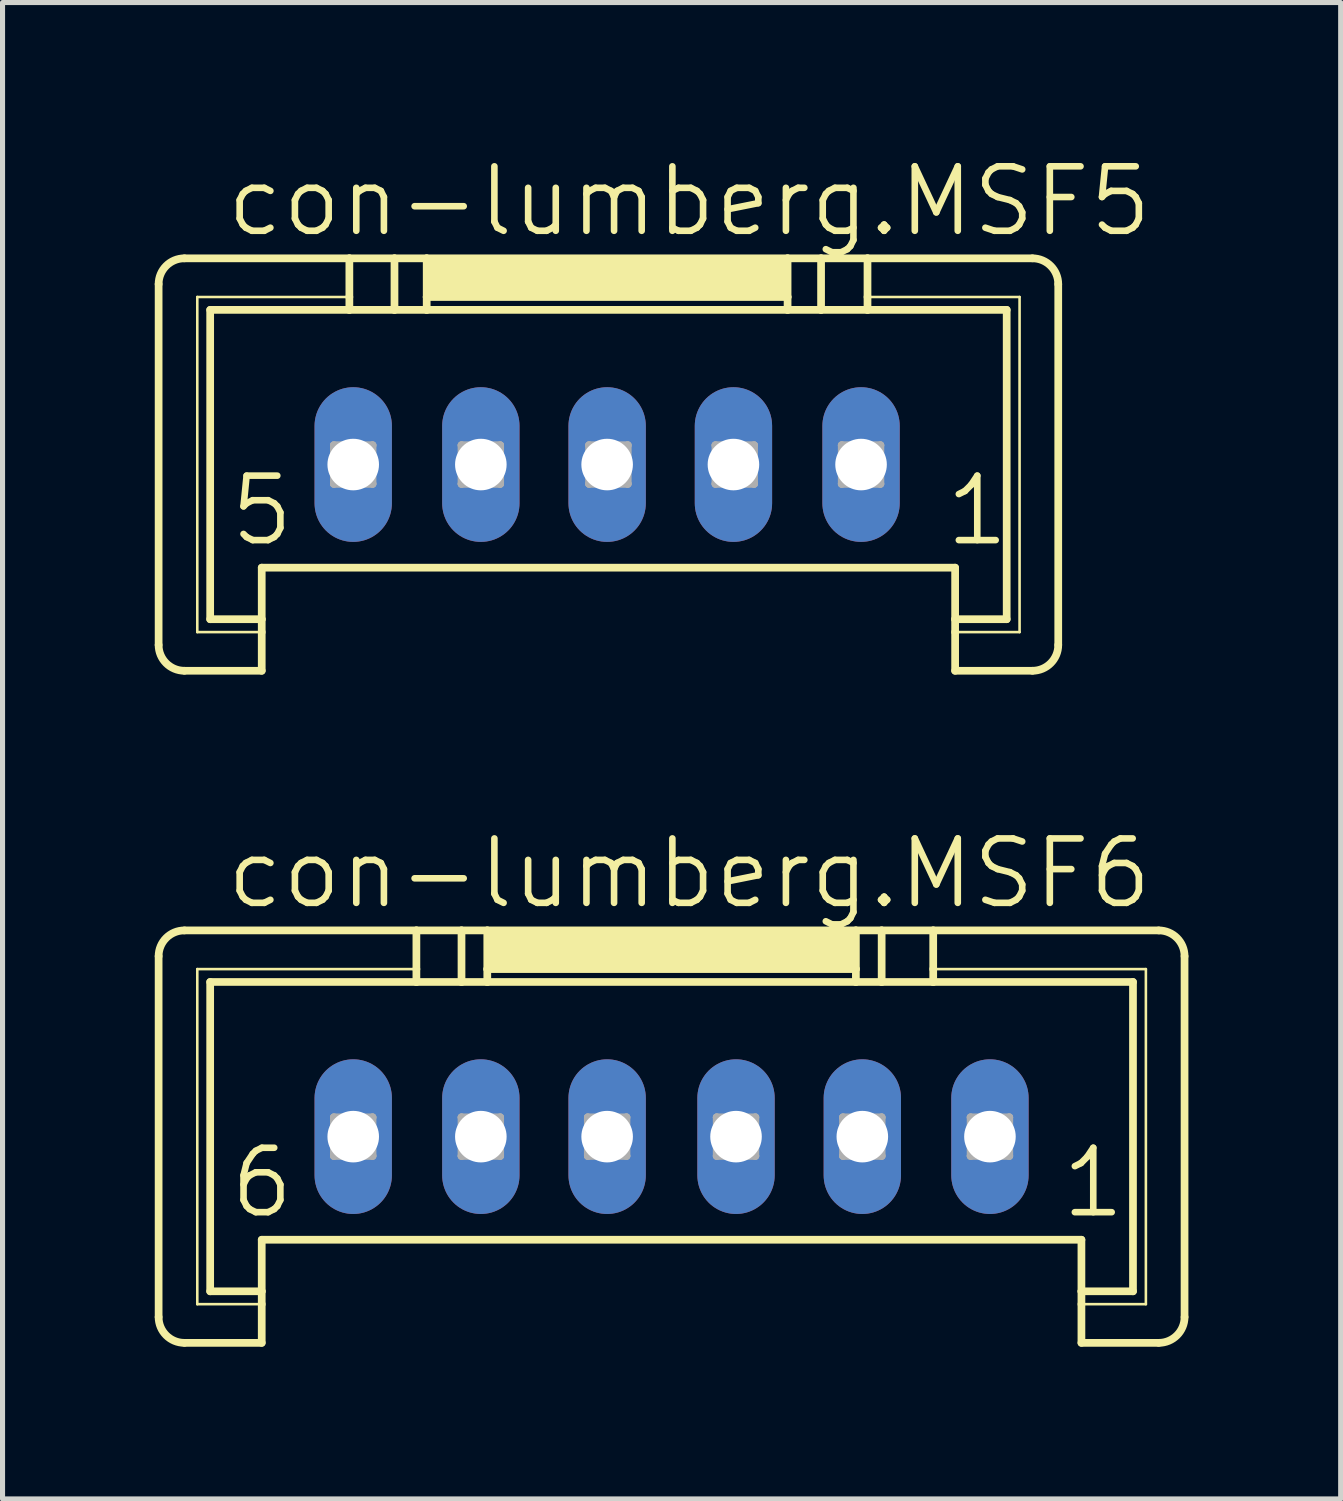
<source format=kicad_pcb>
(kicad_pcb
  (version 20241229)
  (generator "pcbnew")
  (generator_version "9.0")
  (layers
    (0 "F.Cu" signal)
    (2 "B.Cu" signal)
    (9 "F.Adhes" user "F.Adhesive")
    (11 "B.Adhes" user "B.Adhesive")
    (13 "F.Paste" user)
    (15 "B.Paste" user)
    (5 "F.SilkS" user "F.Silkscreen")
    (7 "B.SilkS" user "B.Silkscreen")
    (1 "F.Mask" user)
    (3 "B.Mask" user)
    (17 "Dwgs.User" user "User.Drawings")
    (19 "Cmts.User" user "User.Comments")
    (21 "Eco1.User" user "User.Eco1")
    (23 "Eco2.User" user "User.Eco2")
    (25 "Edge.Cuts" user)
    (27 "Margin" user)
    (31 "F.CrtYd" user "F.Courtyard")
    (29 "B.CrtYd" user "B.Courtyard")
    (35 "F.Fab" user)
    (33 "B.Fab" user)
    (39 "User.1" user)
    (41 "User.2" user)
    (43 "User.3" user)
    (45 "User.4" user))
  (footprint "con-lumberg.MSF6"
    (layer "F.Cu")
    (at 10.185 16.81)
    (property "Reference" "con-lumberg.MSF6" (at -8.839 -1.905 0) (layer "F.SilkS") (effects (font (size 1.27 1.27) (thickness 0.13)) (justify left bottom)))
    (attr through_hole)
    (fp_line (start -10.109 6.096) (end -10.109 -1.016) (stroke (width 0.152) (type default)) (layer "F.SilkS"))
    (fp_line (start -9.601 -1.524) (end -5.029 -1.524) (stroke (width 0.152) (type default)) (layer "F.SilkS"))
    (fp_line (start -9.347 -0.762) (end -5.029 -0.762) (stroke (width 0.051) (type default)) (layer "F.SilkS"))
    (fp_line (start -9.347 5.842) (end -9.347 -0.762) (stroke (width 0.051) (type default)) (layer "F.SilkS"))
    (fp_line (start -9.093 -0.508) (end -5.029 -0.508) (stroke (width 0.152) (type default)) (layer "F.SilkS"))
    (fp_line (start -9.093 5.588) (end -9.093 -0.508) (stroke (width 0.152) (type default)) (layer "F.SilkS"))
    (fp_line (start -8.077 5.588) (end -9.093 5.588) (stroke (width 0.152) (type default)) (layer "F.SilkS"))
    (fp_line (start -8.077 5.588) (end -8.077 4.572) (stroke (width 0.152) (type default)) (layer "F.SilkS"))
    (fp_line (start -8.077 5.588) (end -8.077 5.842) (stroke (width 0.152) (type default)) (layer "F.SilkS"))
    (fp_line (start -8.077 5.842) (end -9.347 5.842) (stroke (width 0.051) (type default)) (layer "F.SilkS"))
    (fp_line (start -8.077 5.842) (end -8.077 6.604) (stroke (width 0.152) (type default)) (layer "F.SilkS"))
    (fp_line (start -8.077 6.604) (end -9.601 6.604) (stroke (width 0.152) (type default)) (layer "F.SilkS"))
    (fp_line (start -5.029 -1.524) (end -5.029 -0.762) (stroke (width 0.152) (type default)) (layer "F.SilkS"))
    (fp_line (start -5.029 -1.524) (end -4.14 -1.524) (stroke (width 0.152) (type default)) (layer "F.SilkS"))
    (fp_line (start -5.029 -0.762) (end -5.029 -0.508) (stroke (width 0.152) (type default)) (layer "F.SilkS"))
    (fp_line (start -5.029 -0.508) (end -4.14 -0.508) (stroke (width 0.152) (type default)) (layer "F.SilkS"))
    (fp_line (start -4.14 -1.524) (end -4.14 -0.508) (stroke (width 0.152) (type default)) (layer "F.SilkS"))
    (fp_line (start -4.14 -1.524) (end -3.632 -1.524) (stroke (width 0.152) (type default)) (layer "F.SilkS"))
    (fp_line (start -4.14 -0.508) (end -3.632 -0.508) (stroke (width 0.152) (type default)) (layer "F.SilkS"))
    (fp_line (start -3.632 -1.524) (end -3.632 -0.762) (stroke (width 0.152) (type default)) (layer "F.SilkS"))
    (fp_line (start -3.632 -1.524) (end 3.632 -1.524) (stroke (width 0.152) (type default)) (layer "F.SilkS"))
    (fp_line (start -3.632 -0.762) (end -3.632 -0.508) (stroke (width 0.152) (type default)) (layer "F.SilkS"))
    (fp_line (start -3.632 -0.762) (end 3.632 -0.762) (stroke (width 0.152) (type default)) (layer "F.SilkS"))
    (fp_line (start -3.632 -0.508) (end 3.632 -0.508) (stroke (width 0.152) (type default)) (layer "F.SilkS"))
    (fp_line (start 3.632 -1.524) (end 3.632 -0.762) (stroke (width 0.152) (type default)) (layer "F.SilkS"))
    (fp_line (start 3.632 -1.524) (end 4.14 -1.524) (stroke (width 0.152) (type default)) (layer "F.SilkS"))
    (fp_line (start 3.632 -0.762) (end 3.632 -0.508) (stroke (width 0.152) (type default)) (layer "F.SilkS"))
    (fp_line (start 3.632 -0.508) (end 4.14 -0.508) (stroke (width 0.152) (type default)) (layer "F.SilkS"))
    (fp_line (start 4.14 -1.524) (end 4.14 -0.508) (stroke (width 0.152) (type default)) (layer "F.SilkS"))
    (fp_line (start 4.14 -1.524) (end 5.156 -1.524) (stroke (width 0.152) (type default)) (layer "F.SilkS"))
    (fp_line (start 4.14 -0.508) (end 5.156 -0.508) (stroke (width 0.152) (type default)) (layer "F.SilkS"))
    (fp_line (start 5.156 -1.524) (end 5.156 -0.762) (stroke (width 0.152) (type default)) (layer "F.SilkS"))
    (fp_line (start 5.156 -1.524) (end 9.601 -1.524) (stroke (width 0.152) (type default)) (layer "F.SilkS"))
    (fp_line (start 5.156 -0.762) (end 5.156 -0.508) (stroke (width 0.152) (type default)) (layer "F.SilkS"))
    (fp_line (start 5.156 -0.762) (end 9.347 -0.762) (stroke (width 0.051) (type default)) (layer "F.SilkS"))
    (fp_line (start 5.156 -0.508) (end 9.093 -0.508) (stroke (width 0.152) (type default)) (layer "F.SilkS"))
    (fp_line (start 8.077 4.572) (end -8.077 4.572) (stroke (width 0.152) (type default)) (layer "F.SilkS"))
    (fp_line (start 8.077 5.588) (end 8.077 4.572) (stroke (width 0.152) (type default)) (layer "F.SilkS"))
    (fp_line (start 8.077 5.842) (end 8.077 5.588) (stroke (width 0.152) (type default)) (layer "F.SilkS"))
    (fp_line (start 8.077 6.604) (end 8.077 5.842) (stroke (width 0.152) (type default)) (layer "F.SilkS"))
    (fp_line (start 9.093 -0.508) (end 9.093 5.588) (stroke (width 0.152) (type default)) (layer "F.SilkS"))
    (fp_line (start 9.093 5.588) (end 8.077 5.588) (stroke (width 0.152) (type default)) (layer "F.SilkS"))
    (fp_line (start 9.347 -0.762) (end 9.347 5.842) (stroke (width 0.051) (type default)) (layer "F.SilkS"))
    (fp_line (start 9.347 5.842) (end 8.077 5.842) (stroke (width 0.051) (type default)) (layer "F.SilkS"))
    (fp_line (start 9.601 6.604) (end 8.077 6.604) (stroke (width 0.152) (type default)) (layer "F.SilkS"))
    (fp_line (start 10.109 -1.016) (end 10.109 6.096) (stroke (width 0.152) (type default)) (layer "F.SilkS"))
    (fp_rect (start -3.556 -0.762) (end 3.556 -1.524) (stroke (width 0.05) (type default)) (fill yes) (layer "F.SilkS"))
    (fp_arc (start -10.1092 -1.016) (mid -9.96041 -1.37521) (end -9.6012 -1.524) (stroke (width 0.1524) (type default)) (layer "F.SilkS"))
    (fp_arc (start -9.6012 6.604) (mid -9.96041 6.45521) (end -10.1092 6.096) (stroke (width 0.1524) (type default)) (layer "F.SilkS"))
    (fp_arc (start 9.6012 -1.524) (mid 9.96041 -1.37521) (end 10.1092 -1.016) (stroke (width 0.1524) (type default)) (layer "F.SilkS"))
    (fp_arc (start 10.1092 6.096) (mid 9.96041 6.45521) (end 9.6012 6.604) (stroke (width 0.1524) (type default)) (layer "F.SilkS"))
    (fp_line (start -6.655 2.159) (end -6.655 2.921) (stroke (width 0.152) (type default)) (layer "F.Fab"))
    (fp_line (start -6.655 2.159) (end -5.893 2.921) (stroke (width 0.152) (type default)) (layer "F.Fab"))
    (fp_line (start -6.655 2.921) (end -5.893 2.921) (stroke (width 0.152) (type default)) (layer "F.Fab"))
    (fp_line (start -5.893 2.159) (end -6.655 2.159) (stroke (width 0.152) (type default)) (layer "F.Fab"))
    (fp_line (start -5.893 2.159) (end -6.655 2.921) (stroke (width 0.152) (type default)) (layer "F.Fab"))
    (fp_line (start -5.893 2.921) (end -5.893 2.159) (stroke (width 0.152) (type default)) (layer "F.Fab"))
    (fp_line (start -4.14 2.159) (end -4.14 2.921) (stroke (width 0.152) (type default)) (layer "F.Fab"))
    (fp_line (start -4.14 2.159) (end -3.378 2.921) (stroke (width 0.152) (type default)) (layer "F.Fab"))
    (fp_line (start -4.14 2.921) (end -3.378 2.921) (stroke (width 0.152) (type default)) (layer "F.Fab"))
    (fp_line (start -3.378 2.159) (end -4.14 2.159) (stroke (width 0.152) (type default)) (layer "F.Fab"))
    (fp_line (start -3.378 2.159) (end -4.14 2.921) (stroke (width 0.152) (type default)) (layer "F.Fab"))
    (fp_line (start -3.378 2.921) (end -3.378 2.159) (stroke (width 0.152) (type default)) (layer "F.Fab"))
    (fp_line (start -1.651 2.159) (end -1.651 2.921) (stroke (width 0.152) (type default)) (layer "F.Fab"))
    (fp_line (start -1.651 2.159) (end -0.889 2.921) (stroke (width 0.152) (type default)) (layer "F.Fab"))
    (fp_line (start -1.651 2.921) (end -0.889 2.921) (stroke (width 0.152) (type default)) (layer "F.Fab"))
    (fp_line (start -0.889 2.159) (end -1.651 2.159) (stroke (width 0.152) (type default)) (layer "F.Fab"))
    (fp_line (start -0.889 2.159) (end -1.651 2.921) (stroke (width 0.152) (type default)) (layer "F.Fab"))
    (fp_line (start -0.889 2.921) (end -0.889 2.159) (stroke (width 0.152) (type default)) (layer "F.Fab"))
    (fp_line (start 0.889 2.159) (end 0.889 2.921) (stroke (width 0.152) (type default)) (layer "F.Fab"))
    (fp_line (start 0.889 2.159) (end 1.651 2.921) (stroke (width 0.152) (type default)) (layer "F.Fab"))
    (fp_line (start 0.889 2.921) (end 1.651 2.921) (stroke (width 0.152) (type default)) (layer "F.Fab"))
    (fp_line (start 1.651 2.159) (end 0.889 2.159) (stroke (width 0.152) (type default)) (layer "F.Fab"))
    (fp_line (start 1.651 2.159) (end 0.889 2.921) (stroke (width 0.152) (type default)) (layer "F.Fab"))
    (fp_line (start 1.651 2.921) (end 1.651 2.159) (stroke (width 0.152) (type default)) (layer "F.Fab"))
    (fp_line (start 3.378 2.159) (end 3.378 2.921) (stroke (width 0.152) (type default)) (layer "F.Fab"))
    (fp_line (start 3.378 2.159) (end 4.14 2.921) (stroke (width 0.152) (type default)) (layer "F.Fab"))
    (fp_line (start 3.378 2.921) (end 4.14 2.921) (stroke (width 0.152) (type default)) (layer "F.Fab"))
    (fp_line (start 4.14 2.159) (end 3.378 2.159) (stroke (width 0.152) (type default)) (layer "F.Fab"))
    (fp_line (start 4.14 2.159) (end 3.378 2.921) (stroke (width 0.152) (type default)) (layer "F.Fab"))
    (fp_line (start 4.14 2.921) (end 4.14 2.159) (stroke (width 0.152) (type default)) (layer "F.Fab"))
    (fp_line (start 5.893 2.159) (end 5.893 2.921) (stroke (width 0.152) (type default)) (layer "F.Fab"))
    (fp_line (start 5.893 2.159) (end 6.655 2.921) (stroke (width 0.152) (type default)) (layer "F.Fab"))
    (fp_line (start 5.893 2.921) (end 6.655 2.921) (stroke (width 0.152) (type default)) (layer "F.Fab"))
    (fp_line (start 6.655 2.159) (end 5.893 2.159) (stroke (width 0.152) (type default)) (layer "F.Fab"))
    (fp_line (start 6.655 2.159) (end 5.893 2.921) (stroke (width 0.152) (type default)) (layer "F.Fab"))
    (fp_line (start 6.655 2.921) (end 6.655 2.159) (stroke (width 0.152) (type default)) (layer "F.Fab"))
    (fp_text user "6" (at -8.763 4.191 0) (layer "F.SilkS") (effects (font (size 1.27 1.27) (thickness 0.13)) (justify left bottom)))
    (fp_text user "1" (at 7.62 4.191 0) (layer "F.SilkS") (effects (font (size 1.27 1.27) (thickness 0.13)) (justify left bottom)))
    (pad "1" thru_hole oval (at 6.274 2.54 90) (size 3.048 1.524) (drill 1.016) (layers "*.Cu" "*.Mask"))
    (pad "2" thru_hole oval (at 3.759 2.54 90) (size 3.048 1.524) (drill 1.016) (layers "*.Cu" "*.Mask"))
    (pad "3" thru_hole oval (at 1.27 2.54 90) (size 3.048 1.524) (drill 1.016) (layers "*.Cu" "*.Mask"))
    (pad "4" thru_hole oval (at -1.27 2.54 90) (size 3.048 1.524) (drill 1.016) (layers "*.Cu" "*.Mask"))
    (pad "5" thru_hole oval (at -3.759 2.54 90) (size 3.048 1.524) (drill 1.016) (layers "*.Cu" "*.Mask"))
    (pad "6" thru_hole oval (at -6.274 2.54 90) (size 3.048 1.524) (drill 1.016) (layers "*.Cu" "*.Mask")))
  (footprint "con-lumberg.MSF5"
    (layer "F.Cu")
    (at 8.915 3.565)
    (property "Reference" "con-lumberg.MSF5" (at -7.569 -1.905 0) (layer "F.SilkS") (effects (font (size 1.27 1.27) (thickness 0.13)) (justify left bottom)))
    (attr through_hole)
    (fp_line (start -8.839 6.096) (end -8.839 -1.016) (stroke (width 0.152) (type default)) (layer "F.SilkS"))
    (fp_line (start -8.331 -1.524) (end -5.08 -1.524) (stroke (width 0.152) (type default)) (layer "F.SilkS"))
    (fp_line (start -8.077 -0.762) (end -5.08 -0.762) (stroke (width 0.051) (type default)) (layer "F.SilkS"))
    (fp_line (start -8.077 5.842) (end -8.077 -0.762) (stroke (width 0.051) (type default)) (layer "F.SilkS"))
    (fp_line (start -7.823 -0.508) (end -5.08 -0.508) (stroke (width 0.152) (type default)) (layer "F.SilkS"))
    (fp_line (start -7.823 5.588) (end -7.823 -0.508) (stroke (width 0.152) (type default)) (layer "F.SilkS"))
    (fp_line (start -6.807 5.588) (end -7.823 5.588) (stroke (width 0.152) (type default)) (layer "F.SilkS"))
    (fp_line (start -6.807 5.588) (end -6.807 4.572) (stroke (width 0.152) (type default)) (layer "F.SilkS"))
    (fp_line (start -6.807 5.588) (end -6.807 5.842) (stroke (width 0.152) (type default)) (layer "F.SilkS"))
    (fp_line (start -6.807 5.842) (end -8.077 5.842) (stroke (width 0.051) (type default)) (layer "F.SilkS"))
    (fp_line (start -6.807 5.842) (end -6.807 6.604) (stroke (width 0.152) (type default)) (layer "F.SilkS"))
    (fp_line (start -6.807 6.604) (end -8.331 6.604) (stroke (width 0.152) (type default)) (layer "F.SilkS"))
    (fp_line (start -5.08 -1.524) (end -5.08 -0.762) (stroke (width 0.152) (type default)) (layer "F.SilkS"))
    (fp_line (start -5.08 -1.524) (end -4.191 -1.524) (stroke (width 0.152) (type default)) (layer "F.SilkS"))
    (fp_line (start -5.08 -0.762) (end -5.08 -0.508) (stroke (width 0.152) (type default)) (layer "F.SilkS"))
    (fp_line (start -5.08 -0.508) (end -4.191 -0.508) (stroke (width 0.152) (type default)) (layer "F.SilkS"))
    (fp_line (start -4.191 -1.524) (end -4.191 -0.508) (stroke (width 0.152) (type default)) (layer "F.SilkS"))
    (fp_line (start -4.191 -1.524) (end -3.556 -1.524) (stroke (width 0.152) (type default)) (layer "F.SilkS"))
    (fp_line (start -4.191 -0.508) (end -3.556 -0.508) (stroke (width 0.152) (type default)) (layer "F.SilkS"))
    (fp_line (start -3.556 -1.524) (end -3.556 -0.762) (stroke (width 0.152) (type default)) (layer "F.SilkS"))
    (fp_line (start -3.556 -1.524) (end 3.556 -1.524) (stroke (width 0.152) (type default)) (layer "F.SilkS"))
    (fp_line (start -3.556 -0.762) (end -3.556 -0.508) (stroke (width 0.152) (type default)) (layer "F.SilkS"))
    (fp_line (start -3.556 -0.762) (end 3.556 -0.762) (stroke (width 0.152) (type default)) (layer "F.SilkS"))
    (fp_line (start -3.556 -0.508) (end 3.556 -0.508) (stroke (width 0.152) (type default)) (layer "F.SilkS"))
    (fp_line (start 3.556 -1.524) (end 3.556 -0.762) (stroke (width 0.152) (type default)) (layer "F.SilkS"))
    (fp_line (start 3.556 -1.524) (end 4.216 -1.524) (stroke (width 0.152) (type default)) (layer "F.SilkS"))
    (fp_line (start 3.556 -0.762) (end 3.556 -0.508) (stroke (width 0.152) (type default)) (layer "F.SilkS"))
    (fp_line (start 3.556 -0.508) (end 4.216 -0.508) (stroke (width 0.152) (type default)) (layer "F.SilkS"))
    (fp_line (start 4.216 -1.524) (end 4.216 -0.508) (stroke (width 0.152) (type default)) (layer "F.SilkS"))
    (fp_line (start 4.216 -1.524) (end 5.131 -1.524) (stroke (width 0.152) (type default)) (layer "F.SilkS"))
    (fp_line (start 4.216 -0.508) (end 5.131 -0.508) (stroke (width 0.152) (type default)) (layer "F.SilkS"))
    (fp_line (start 5.131 -1.524) (end 5.131 -0.762) (stroke (width 0.152) (type default)) (layer "F.SilkS"))
    (fp_line (start 5.131 -1.524) (end 8.382 -1.524) (stroke (width 0.152) (type default)) (layer "F.SilkS"))
    (fp_line (start 5.131 -0.762) (end 5.131 -0.508) (stroke (width 0.152) (type default)) (layer "F.SilkS"))
    (fp_line (start 5.131 -0.508) (end 7.874 -0.508) (stroke (width 0.152) (type default)) (layer "F.SilkS"))
    (fp_line (start 6.858 4.572) (end -6.807 4.572) (stroke (width 0.152) (type default)) (layer "F.SilkS"))
    (fp_line (start 6.858 5.588) (end 6.858 4.572) (stroke (width 0.152) (type default)) (layer "F.SilkS"))
    (fp_line (start 6.858 5.842) (end 6.858 5.588) (stroke (width 0.152) (type default)) (layer "F.SilkS"))
    (fp_line (start 6.858 6.604) (end 6.858 5.842) (stroke (width 0.152) (type default)) (layer "F.SilkS"))
    (fp_line (start 7.874 -0.508) (end 7.874 5.588) (stroke (width 0.152) (type default)) (layer "F.SilkS"))
    (fp_line (start 7.874 5.588) (end 6.858 5.588) (stroke (width 0.152) (type default)) (layer "F.SilkS"))
    (fp_line (start 8.128 -0.762) (end 5.131 -0.762) (stroke (width 0.051) (type default)) (layer "F.SilkS"))
    (fp_line (start 8.128 -0.762) (end 8.128 5.842) (stroke (width 0.051) (type default)) (layer "F.SilkS"))
    (fp_line (start 8.128 5.842) (end 6.858 5.842) (stroke (width 0.051) (type default)) (layer "F.SilkS"))
    (fp_line (start 8.382 6.604) (end 6.858 6.604) (stroke (width 0.152) (type default)) (layer "F.SilkS"))
    (fp_line (start 8.89 -1.016) (end 8.89 6.096) (stroke (width 0.152) (type default)) (layer "F.SilkS"))
    (fp_rect (start -3.556 -0.762) (end 3.556 -1.524) (stroke (width 0.05) (type default)) (fill yes) (layer "F.SilkS"))
    (fp_arc (start -8.8392 -1.016) (mid -8.69041 -1.37521) (end -8.3312 -1.524) (stroke (width 0.1524) (type default)) (layer "F.SilkS"))
    (fp_arc (start -8.3312 6.604) (mid -8.69041 6.45521) (end -8.8392 6.096) (stroke (width 0.1524) (type default)) (layer "F.SilkS"))
    (fp_arc (start 8.382 -1.524) (mid 8.74121 -1.37521) (end 8.89 -1.016) (stroke (width 0.1524) (type default)) (layer "F.SilkS"))
    (fp_arc (start 8.89 6.096) (mid 8.74121 6.45521) (end 8.382 6.604) (stroke (width 0.1524) (type default)) (layer "F.SilkS"))
    (fp_line (start -5.385 2.159) (end -5.385 2.921) (stroke (width 0.152) (type default)) (layer "F.Fab"))
    (fp_line (start -5.385 2.159) (end -4.623 2.921) (stroke (width 0.152) (type default)) (layer "F.Fab"))
    (fp_line (start -5.385 2.921) (end -4.623 2.921) (stroke (width 0.152) (type default)) (layer "F.Fab"))
    (fp_line (start -4.623 2.159) (end -5.385 2.159) (stroke (width 0.152) (type default)) (layer "F.Fab"))
    (fp_line (start -4.623 2.159) (end -5.385 2.921) (stroke (width 0.152) (type default)) (layer "F.Fab"))
    (fp_line (start -4.623 2.921) (end -4.623 2.159) (stroke (width 0.152) (type default)) (layer "F.Fab"))
    (fp_line (start -2.87 2.159) (end -2.87 2.921) (stroke (width 0.152) (type default)) (layer "F.Fab"))
    (fp_line (start -2.87 2.159) (end -2.108 2.921) (stroke (width 0.152) (type default)) (layer "F.Fab"))
    (fp_line (start -2.87 2.921) (end -2.108 2.921) (stroke (width 0.152) (type default)) (layer "F.Fab"))
    (fp_line (start -2.108 2.159) (end -2.87 2.159) (stroke (width 0.152) (type default)) (layer "F.Fab"))
    (fp_line (start -2.108 2.159) (end -2.87 2.921) (stroke (width 0.152) (type default)) (layer "F.Fab"))
    (fp_line (start -2.108 2.921) (end -2.108 2.159) (stroke (width 0.152) (type default)) (layer "F.Fab"))
    (fp_line (start -0.356 2.159) (end -0.356 2.921) (stroke (width 0.152) (type default)) (layer "F.Fab"))
    (fp_line (start -0.356 2.159) (end 0.406 2.921) (stroke (width 0.152) (type default)) (layer "F.Fab"))
    (fp_line (start -0.356 2.921) (end 0.406 2.921) (stroke (width 0.152) (type default)) (layer "F.Fab"))
    (fp_line (start 0.406 2.159) (end -0.356 2.159) (stroke (width 0.152) (type default)) (layer "F.Fab"))
    (fp_line (start 0.406 2.159) (end -0.356 2.921) (stroke (width 0.152) (type default)) (layer "F.Fab"))
    (fp_line (start 0.406 2.921) (end 0.406 2.159) (stroke (width 0.152) (type default)) (layer "F.Fab"))
    (fp_line (start 2.134 2.159) (end 2.134 2.921) (stroke (width 0.152) (type default)) (layer "F.Fab"))
    (fp_line (start 2.134 2.159) (end 2.896 2.921) (stroke (width 0.152) (type default)) (layer "F.Fab"))
    (fp_line (start 2.134 2.921) (end 2.896 2.921) (stroke (width 0.152) (type default)) (layer "F.Fab"))
    (fp_line (start 2.896 2.159) (end 2.134 2.159) (stroke (width 0.152) (type default)) (layer "F.Fab"))
    (fp_line (start 2.896 2.159) (end 2.134 2.921) (stroke (width 0.152) (type default)) (layer "F.Fab"))
    (fp_line (start 2.896 2.921) (end 2.896 2.159) (stroke (width 0.152) (type default)) (layer "F.Fab"))
    (fp_line (start 4.623 2.159) (end 4.623 2.921) (stroke (width 0.152) (type default)) (layer "F.Fab"))
    (fp_line (start 4.623 2.159) (end 5.385 2.921) (stroke (width 0.152) (type default)) (layer "F.Fab"))
    (fp_line (start 4.623 2.921) (end 5.385 2.921) (stroke (width 0.152) (type default)) (layer "F.Fab"))
    (fp_line (start 5.385 2.159) (end 4.623 2.159) (stroke (width 0.152) (type default)) (layer "F.Fab"))
    (fp_line (start 5.385 2.159) (end 4.623 2.921) (stroke (width 0.152) (type default)) (layer "F.Fab"))
    (fp_line (start 5.385 2.921) (end 5.385 2.159) (stroke (width 0.152) (type default)) (layer "F.Fab"))
    (fp_text user "1" (at 6.604 4.191 0) (layer "F.SilkS") (effects (font (size 1.27 1.27) (thickness 0.13)) (justify left bottom)))
    (fp_text user "5" (at -7.493 4.191 0) (layer "F.SilkS") (effects (font (size 1.27 1.27) (thickness 0.13)) (justify left bottom)))
    (pad "1" thru_hole oval (at 5.004 2.54 90) (size 3.048 1.524) (drill 1.016) (layers "*.Cu" "*.Mask"))
    (pad "2" thru_hole oval (at 2.489 2.54 90) (size 3.048 1.524) (drill 1.016) (layers "*.Cu" "*.Mask"))
    (pad "3" thru_hole oval (at 0 2.54 90) (size 3.048 1.524) (drill 1.016) (layers "*.Cu" "*.Mask"))
    (pad "4" thru_hole oval (at -2.489 2.54 90) (size 3.048 1.524) (drill 1.016) (layers "*.Cu" "*.Mask"))
    (pad "5" thru_hole oval (at -5.004 2.54 90) (size 3.048 1.524) (drill 1.016) (layers "*.Cu" "*.Mask")))
  (gr_rect
    (start -3 -3)
    (end 23.371 26.49)
    (stroke (width 0.1) (type default))
    (fill no)
    (layer "Edge.Cuts")))
</source>
